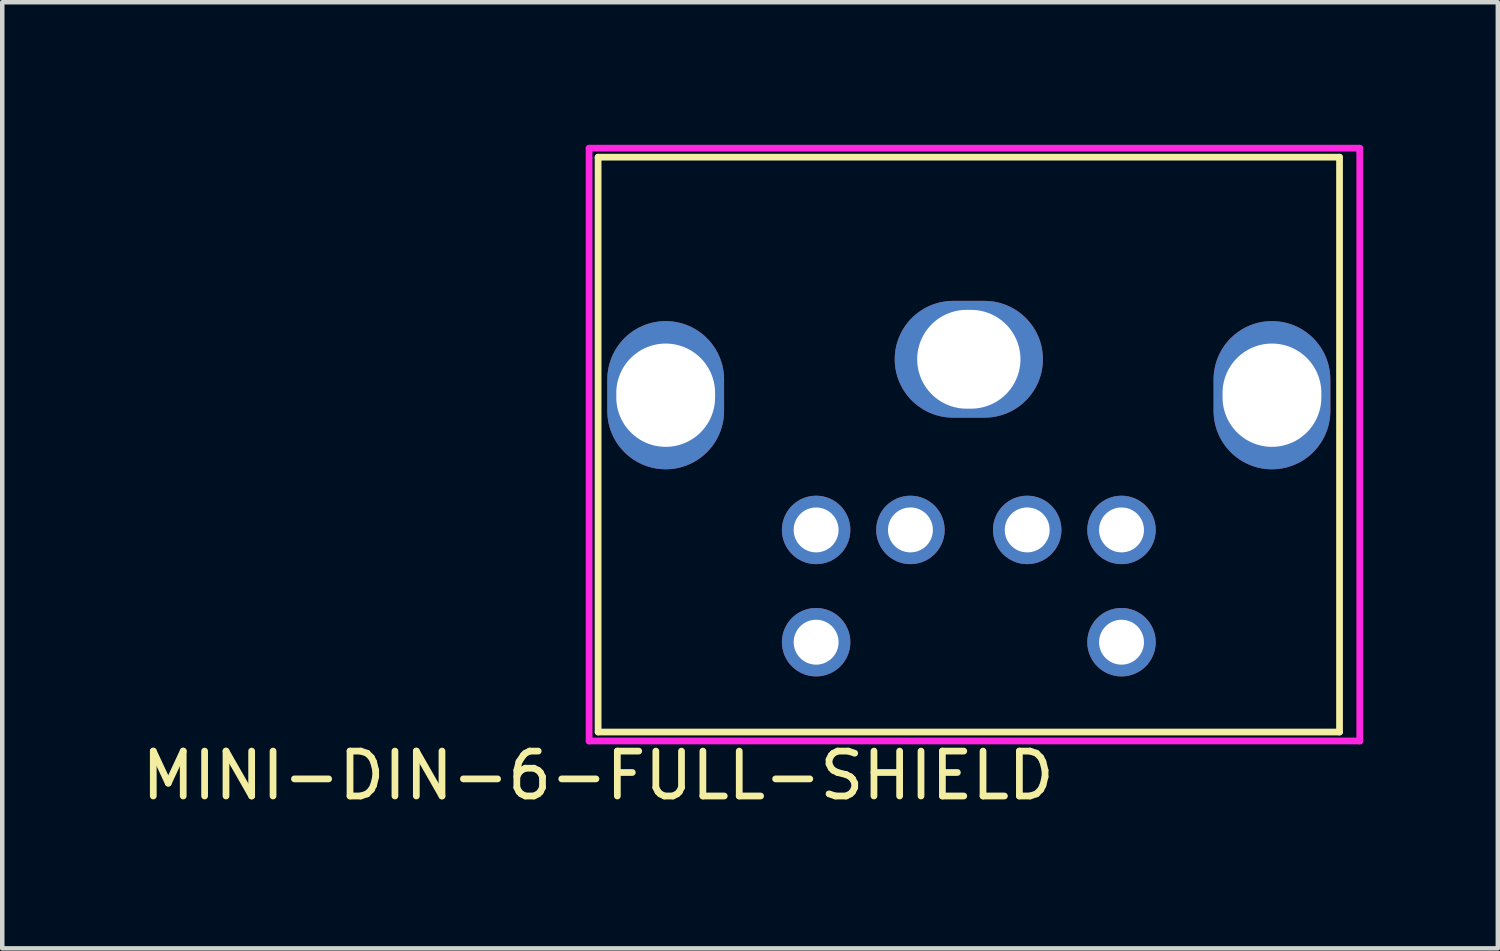
<source format=kicad_pcb>
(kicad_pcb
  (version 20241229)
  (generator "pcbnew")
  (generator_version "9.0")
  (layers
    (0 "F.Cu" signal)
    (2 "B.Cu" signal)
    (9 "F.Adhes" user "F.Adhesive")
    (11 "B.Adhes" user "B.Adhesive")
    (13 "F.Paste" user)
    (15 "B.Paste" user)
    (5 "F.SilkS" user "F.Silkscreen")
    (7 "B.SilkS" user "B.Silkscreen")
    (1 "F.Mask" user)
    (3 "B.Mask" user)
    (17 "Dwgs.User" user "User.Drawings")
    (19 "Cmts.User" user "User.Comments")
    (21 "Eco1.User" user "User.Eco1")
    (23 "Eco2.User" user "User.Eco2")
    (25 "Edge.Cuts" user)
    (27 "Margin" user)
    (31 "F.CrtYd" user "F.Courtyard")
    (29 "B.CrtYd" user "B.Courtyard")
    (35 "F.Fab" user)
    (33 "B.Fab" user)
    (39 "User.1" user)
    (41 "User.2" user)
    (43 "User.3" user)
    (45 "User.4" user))
  (footprint "MINI-DIN-6-FULL-SHIELD"
    (layer "F.Cu")
    (at 18.523 0.25)
    (property "Reference" "MINI-DIN-6-FULL-SHIELD" (at -8.255 13.97 0) (layer "F.SilkS") (effects (font (size 1 1) (thickness 0.15))))
    (attr through_hole)
    (fp_line (start -8.255 0.2) (end 8.255 0.2) (stroke (width 0.15) (type solid)) (layer "F.SilkS"))
    (fp_line (start -8.255 13) (end -8.255 0.2) (stroke (width 0.15) (type solid)) (layer "F.SilkS"))
    (fp_line (start 8.255 0.2) (end 8.255 13) (stroke (width 0.15) (type solid)) (layer "F.SilkS"))
    (fp_line (start 8.255 13) (end -8.255 13) (stroke (width 0.15) (type solid)) (layer "F.SilkS"))
    (fp_line (start -8.455 0) (end 8.705 0) (stroke (width 0.15) (type solid)) (layer "F.CrtYd"))
    (fp_line (start -8.455 13.2) (end -8.455 0) (stroke (width 0.15) (type solid)) (layer "F.CrtYd"))
    (fp_line (start 8.705 0) (end 8.705 13.2) (stroke (width 0.15) (type solid)) (layer "F.CrtYd"))
    (fp_line (start 8.705 13.2) (end -8.455 13.2) (stroke (width 0.15) (type solid)) (layer "F.CrtYd"))
    (pad "1" thru_hole circle (at -1.3 8.5) (size 1.524 1.524) (drill 1) (layers "*.Cu" "*.Mask"))
    (pad "2" thru_hole circle (at 1.3 8.5) (size 1.524 1.524) (drill 1) (layers "*.Cu" "*.Mask"))
    (pad "3" thru_hole circle (at -3.4 8.5) (size 1.524 1.524) (drill 1) (layers "*.Cu" "*.Mask"))
    (pad "4" thru_hole circle (at 3.4 8.5) (size 1.524 1.524) (drill 1) (layers "*.Cu" "*.Mask"))
    (pad "5" thru_hole circle (at -3.4 11) (size 1.524 1.524) (drill 1) (layers "*.Cu" "*.Mask"))
    (pad "6" thru_hole circle (at 3.4 11) (size 1.524 1.524) (drill 1) (layers "*.Cu" "*.Mask"))
    (pad "7" thru_hole oval (at -6.75 5.5) (size 2.6 3.3) (drill oval 2.2 2.3) (layers "*.Cu" "*.Mask"))
    (pad "7" thru_hole oval (at 0 4.7 90) (size 2.6 3.3) (drill oval 2.2 2.3) (layers "*.Cu" "*.Mask"))
    (pad "7" thru_hole oval (at 6.75 5.5) (size 2.6 3.3) (drill oval 2.2 2.3) (layers "*.Cu" "*.Mask")))
  (gr_rect
    (start -3 -3)
    (end 30.303 18.068)
    (stroke (width 0.1) (type default))
    (fill no)
    (layer "Edge.Cuts")))
</source>
